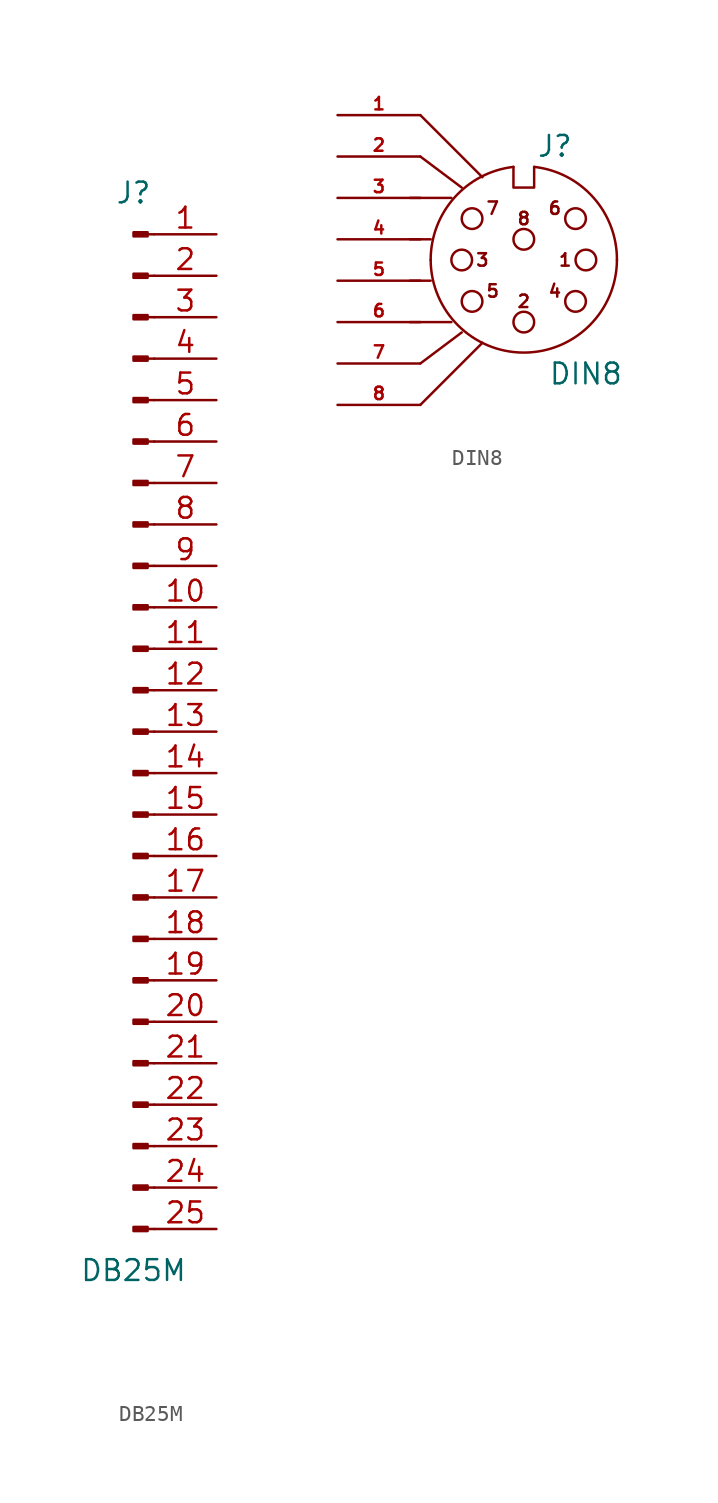
<source format=kicad_sym>
(kicad_symbol_lib
  (version 20211014)
  (generator kicad_symbol_editor)
  (symbol "DB25M"
    (pin_names
      (offset 1.016) hide)
    (property "Reference" "J"
      (at 0 33.02 0)
      (effects (font (size 1.27 1.27))))
    (property "Value" "DB25M"
      (at 0 -33.02 0)
      (effects (font (size 1.27 1.27))))
    (symbol "DB25M_1_1"
      (polyline (pts (xy 1.27 -30.48) (xy 0.864 -30.48)) (stroke (width 0.152) (type default) (color 0 0 0 0)) (fill (type none)))
      (polyline (pts (xy 1.27 -27.94) (xy 0.864 -27.94)) (stroke (width 0.152) (type default) (color 0 0 0 0)) (fill (type none)))
      (polyline (pts (xy 1.27 -25.4) (xy 0.864 -25.4)) (stroke (width 0.152) (type default) (color 0 0 0 0)) (fill (type none)))
      (polyline (pts (xy 1.27 -22.86) (xy 0.864 -22.86)) (stroke (width 0.152) (type default) (color 0 0 0 0)) (fill (type none)))
      (polyline (pts (xy 1.27 -20.32) (xy 0.864 -20.32)) (stroke (width 0.152) (type default) (color 0 0 0 0)) (fill (type none)))
      (polyline (pts (xy 1.27 -17.78) (xy 0.864 -17.78)) (stroke (width 0.152) (type default) (color 0 0 0 0)) (fill (type none)))
      (polyline (pts (xy 1.27 -15.24) (xy 0.864 -15.24)) (stroke (width 0.152) (type default) (color 0 0 0 0)) (fill (type none)))
      (polyline (pts (xy 1.27 -12.7) (xy 0.864 -12.7)) (stroke (width 0.152) (type default) (color 0 0 0 0)) (fill (type none)))
      (polyline (pts (xy 1.27 -10.16) (xy 0.864 -10.16)) (stroke (width 0.152) (type default) (color 0 0 0 0)) (fill (type none)))
      (polyline (pts (xy 1.27 -7.62) (xy 0.864 -7.62)) (stroke (width 0.152) (type default) (color 0 0 0 0)) (fill (type none)))
      (polyline (pts (xy 1.27 -5.08) (xy 0.864 -5.08)) (stroke (width 0.152) (type default) (color 0 0 0 0)) (fill (type none)))
      (polyline (pts (xy 1.27 -2.54) (xy 0.864 -2.54)) (stroke (width 0.152) (type default) (color 0 0 0 0)) (fill (type none)))
      (polyline (pts (xy 1.27 0) (xy 0.864 0)) (stroke (width 0.152) (type default) (color 0 0 0 0)) (fill (type none)))
      (polyline (pts (xy 1.27 2.54) (xy 0.864 2.54)) (stroke (width 0.152) (type default) (color 0 0 0 0)) (fill (type none)))
      (polyline (pts (xy 1.27 5.08) (xy 0.864 5.08)) (stroke (width 0.152) (type default) (color 0 0 0 0)) (fill (type none)))
      (polyline (pts (xy 1.27 7.62) (xy 0.864 7.62)) (stroke (width 0.152) (type default) (color 0 0 0 0)) (fill (type none)))
      (polyline (pts (xy 1.27 10.16) (xy 0.864 10.16)) (stroke (width 0.152) (type default) (color 0 0 0 0)) (fill (type none)))
      (polyline (pts (xy 1.27 12.7) (xy 0.864 12.7)) (stroke (width 0.152) (type default) (color 0 0 0 0)) (fill (type none)))
      (polyline (pts (xy 1.27 15.24) (xy 0.864 15.24)) (stroke (width 0.152) (type default) (color 0 0 0 0)) (fill (type none)))
      (polyline (pts (xy 1.27 17.78) (xy 0.864 17.78)) (stroke (width 0.152) (type default) (color 0 0 0 0)) (fill (type none)))
      (polyline (pts (xy 1.27 20.32) (xy 0.864 20.32)) (stroke (width 0.152) (type default) (color 0 0 0 0)) (fill (type none)))
      (polyline (pts (xy 1.27 22.86) (xy 0.864 22.86)) (stroke (width 0.152) (type default) (color 0 0 0 0)) (fill (type none)))
      (polyline (pts (xy 1.27 25.4) (xy 0.864 25.4)) (stroke (width 0.152) (type default) (color 0 0 0 0)) (fill (type none)))
      (polyline (pts (xy 1.27 27.94) (xy 0.864 27.94)) (stroke (width 0.152) (type default) (color 0 0 0 0)) (fill (type none)))
      (polyline (pts (xy 1.27 30.48) (xy 0.864 30.48)) (stroke (width 0.152) (type default) (color 0 0 0 0)) (fill (type none)))
      (rectangle (start 0.864 -30.353) (end 0 -30.607) (stroke (width 0.152) (type default) (color 0 0 0 0)) (fill (type outline)))
      (rectangle (start 0.864 -27.813) (end 0 -28.067) (stroke (width 0.152) (type default) (color 0 0 0 0)) (fill (type outline)))
      (rectangle (start 0.864 -25.273) (end 0 -25.527) (stroke (width 0.152) (type default) (color 0 0 0 0)) (fill (type outline)))
      (rectangle (start 0.864 -22.733) (end 0 -22.987) (stroke (width 0.152) (type default) (color 0 0 0 0)) (fill (type outline)))
      (rectangle (start 0.864 -20.193) (end 0 -20.447) (stroke (width 0.152) (type default) (color 0 0 0 0)) (fill (type outline)))
      (rectangle (start 0.864 -17.653) (end 0 -17.907) (stroke (width 0.152) (type default) (color 0 0 0 0)) (fill (type outline)))
      (rectangle (start 0.864 -15.113) (end 0 -15.367) (stroke (width 0.152) (type default) (color 0 0 0 0)) (fill (type outline)))
      (rectangle (start 0.864 -12.573) (end 0 -12.827) (stroke (width 0.152) (type default) (color 0 0 0 0)) (fill (type outline)))
      (rectangle (start 0.864 -10.033) (end 0 -10.287) (stroke (width 0.152) (type default) (color 0 0 0 0)) (fill (type outline)))
      (rectangle (start 0.864 -7.493) (end 0 -7.747) (stroke (width 0.152) (type default) (color 0 0 0 0)) (fill (type outline)))
      (rectangle (start 0.864 -4.953) (end 0 -5.207) (stroke (width 0.152) (type default) (color 0 0 0 0)) (fill (type outline)))
      (rectangle (start 0.864 -2.413) (end 0 -2.667) (stroke (width 0.152) (type default) (color 0 0 0 0)) (fill (type outline)))
      (rectangle (start 0.864 0.127) (end 0 -0.127) (stroke (width 0.152) (type default) (color 0 0 0 0)) (fill (type outline)))
      (rectangle (start 0.864 2.667) (end 0 2.413) (stroke (width 0.152) (type default) (color 0 0 0 0)) (fill (type outline)))
      (rectangle (start 0.864 5.207) (end 0 4.953) (stroke (width 0.152) (type default) (color 0 0 0 0)) (fill (type outline)))
      (rectangle (start 0.864 7.747) (end 0 7.493) (stroke (width 0.152) (type default) (color 0 0 0 0)) (fill (type outline)))
      (rectangle (start 0.864 10.287) (end 0 10.033) (stroke (width 0.152) (type default) (color 0 0 0 0)) (fill (type outline)))
      (rectangle (start 0.864 12.827) (end 0 12.573) (stroke (width 0.152) (type default) (color 0 0 0 0)) (fill (type outline)))
      (rectangle (start 0.864 15.367) (end 0 15.113) (stroke (width 0.152) (type default) (color 0 0 0 0)) (fill (type outline)))
      (rectangle (start 0.864 17.907) (end 0 17.653) (stroke (width 0.152) (type default) (color 0 0 0 0)) (fill (type outline)))
      (rectangle (start 0.864 20.447) (end 0 20.193) (stroke (width 0.152) (type default) (color 0 0 0 0)) (fill (type outline)))
      (rectangle (start 0.864 22.987) (end 0 22.733) (stroke (width 0.152) (type default) (color 0 0 0 0)) (fill (type outline)))
      (rectangle (start 0.864 25.527) (end 0 25.273) (stroke (width 0.152) (type default) (color 0 0 0 0)) (fill (type outline)))
      (rectangle (start 0.864 28.067) (end 0 27.813) (stroke (width 0.152) (type default) (color 0 0 0 0)) (fill (type outline)))
      (rectangle (start 0.864 30.607) (end 0 30.353) (stroke (width 0.152) (type default) (color 0 0 0 0)) (fill (type outline)))
      (pin passive line (at 5.08 30.48 180) (length 3.81) (name "Pin_1" (effects (font (size 1.27 1.27)))) (number "1" (effects (font (size 1.27 1.27)))))
      (pin passive line (at 5.08 7.62 180) (length 3.81) (name "Pin_10" (effects (font (size 1.27 1.27)))) (number "10" (effects (font (size 1.27 1.27)))))
      (pin passive line (at 5.08 5.08 180) (length 3.81) (name "Pin_11" (effects (font (size 1.27 1.27)))) (number "11" (effects (font (size 1.27 1.27)))))
      (pin passive line (at 5.08 2.54 180) (length 3.81) (name "Pin_12" (effects (font (size 1.27 1.27)))) (number "12" (effects (font (size 1.27 1.27)))))
      (pin passive line (at 5.08 0 180) (length 3.81) (name "Pin_13" (effects (font (size 1.27 1.27)))) (number "13" (effects (font (size 1.27 1.27)))))
      (pin passive line (at 5.08 -2.54 180) (length 3.81) (name "Pin_14" (effects (font (size 1.27 1.27)))) (number "14" (effects (font (size 1.27 1.27)))))
      (pin passive line (at 5.08 -5.08 180) (length 3.81) (name "Pin_15" (effects (font (size 1.27 1.27)))) (number "15" (effects (font (size 1.27 1.27)))))
      (pin passive line (at 5.08 -7.62 180) (length 3.81) (name "Pin_16" (effects (font (size 1.27 1.27)))) (number "16" (effects (font (size 1.27 1.27)))))
      (pin passive line (at 5.08 -10.16 180) (length 3.81) (name "Pin_17" (effects (font (size 1.27 1.27)))) (number "17" (effects (font (size 1.27 1.27)))))
      (pin passive line (at 5.08 -12.7 180) (length 3.81) (name "Pin_18" (effects (font (size 1.27 1.27)))) (number "18" (effects (font (size 1.27 1.27)))))
      (pin passive line (at 5.08 -15.24 180) (length 3.81) (name "Pin_19" (effects (font (size 1.27 1.27)))) (number "19" (effects (font (size 1.27 1.27)))))
      (pin passive line (at 5.08 27.94 180) (length 3.81) (name "Pin_2" (effects (font (size 1.27 1.27)))) (number "2" (effects (font (size 1.27 1.27)))))
      (pin passive line (at 5.08 -17.78 180) (length 3.81) (name "Pin_20" (effects (font (size 1.27 1.27)))) (number "20" (effects (font (size 1.27 1.27)))))
      (pin passive line (at 5.08 -20.32 180) (length 3.81) (name "Pin_21" (effects (font (size 1.27 1.27)))) (number "21" (effects (font (size 1.27 1.27)))))
      (pin passive line (at 5.08 -22.86 180) (length 3.81) (name "Pin_22" (effects (font (size 1.27 1.27)))) (number "22" (effects (font (size 1.27 1.27)))))
      (pin passive line (at 5.08 -25.4 180) (length 3.81) (name "Pin_23" (effects (font (size 1.27 1.27)))) (number "23" (effects (font (size 1.27 1.27)))))
      (pin passive line (at 5.08 -27.94 180) (length 3.81) (name "Pin_24" (effects (font (size 1.27 1.27)))) (number "24" (effects (font (size 1.27 1.27)))))
      (pin passive line (at 5.08 -30.48 180) (length 3.81) (name "Pin_25" (effects (font (size 1.27 1.27)))) (number "25" (effects (font (size 1.27 1.27)))))
      (pin passive line (at 5.08 25.4 180) (length 3.81) (name "Pin_3" (effects (font (size 1.27 1.27)))) (number "3" (effects (font (size 1.27 1.27)))))
      (pin passive line (at 5.08 22.86 180) (length 3.81) (name "Pin_4" (effects (font (size 1.27 1.27)))) (number "4" (effects (font (size 1.27 1.27)))))
      (pin passive line (at 5.08 20.32 180) (length 3.81) (name "Pin_5" (effects (font (size 1.27 1.27)))) (number "5" (effects (font (size 1.27 1.27)))))
      (pin passive line (at 5.08 17.78 180) (length 3.81) (name "Pin_6" (effects (font (size 1.27 1.27)))) (number "6" (effects (font (size 1.27 1.27)))))
      (pin passive line (at 5.08 15.24 180) (length 3.81) (name "Pin_7" (effects (font (size 1.27 1.27)))) (number "7" (effects (font (size 1.27 1.27)))))
      (pin passive line (at 5.08 12.7 180) (length 3.81) (name "Pin_8" (effects (font (size 1.27 1.27)))) (number "8" (effects (font (size 1.27 1.27)))))
      (pin passive line (at 5.08 10.16 180) (length 3.81) (name "Pin_9" (effects (font (size 1.27 1.27)))) (number "9" (effects (font (size 1.27 1.27)))))))
  (symbol "DIN8"
    (pin_names
      (offset 1.27) hide)
    (property "Reference" "J"
      (at 1.905 6.985 0)
      (effects (font (size 1.27 1.27))))
    (property "Value" "DIN8"
      (at 3.81 -6.985 0)
      (effects (font (size 1.27 1.27))))
    (symbol "DIN8_0_0"
      (polyline (pts (xy -0.635 5.715) (xy -0.635 4.445) (xy 0.635 4.445) (xy 0.635 5.715)) (stroke (width 0) (type default) (color 0 0 0 0)) (fill (type none)))
      (text "1" (at 2.54 0 0) (effects (font (size 0.762 0.762))))
      (text "2" (at 0 -2.54 0) (effects (font (size 0.762 0.762))))
      (text "3" (at -2.54 0 0) (effects (font (size 0.762 0.762))))
      (text "4" (at 1.905 -1.905 0) (effects (font (size 0.762 0.762))))
      (text "5" (at -1.905 -1.905 0) (effects (font (size 0.762 0.762))))
      (text "6" (at 1.905 3.175 0) (effects (font (size 0.762 0.762))))
      (text "7" (at -1.905 3.175 0) (effects (font (size 0.762 0.762))))
      (text "8" (at 0 2.54 0) (effects (font (size 0.762 0.762)))))
    (symbol "DIN8_0_1"
      (arc (start -5.715 0) (mid 0 -5.715) (end 5.715 0) (stroke (width 0) (type default) (color 0 0 0 0)) (fill (type none)))
      (circle (center -3.81 0) (radius 0.635) (stroke (width 0) (type default) (color 0 0 0 0)) (fill (type none)))
      (circle (center -3.175 -2.54) (radius 0.635) (stroke (width 0) (type default) (color 0 0 0 0)) (fill (type none)))
      (circle (center -3.175 2.54) (radius 0.635) (stroke (width 0) (type default) (color 0 0 0 0)) (fill (type none)))
      (arc (start -0.635 5.715) (mid -4.2603 3.8255) (end -5.715 0) (stroke (width 0) (type default) (color 0 0 0 0)) (fill (type none)))
      (circle (center 0 -3.81) (radius 0.635) (stroke (width 0) (type default) (color 0 0 0 0)) (fill (type none)))
      (polyline (pts (xy -6.985 -3.81) (xy -4.445 -3.81)) (stroke (width 0) (type default) (color 0 0 0 0)) (fill (type none)))
      (polyline (pts (xy -6.985 -1.27) (xy -5.715 -1.27)) (stroke (width 0) (type default) (color 0 0 0 0)) (fill (type none)))
      (polyline (pts (xy -6.985 1.27) (xy -5.715 1.27)) (stroke (width 0) (type default) (color 0 0 0 0)) (fill (type none)))
      (polyline (pts (xy -6.985 3.81) (xy -4.445 3.81)) (stroke (width 0) (type default) (color 0 0 0 0)) (fill (type none)))
      (polyline (pts (xy -6.35 -8.89) (xy -2.54 -5.08)) (stroke (width 0) (type default) (color 0 0 0 0)) (fill (type none)))
      (polyline (pts (xy -6.35 -6.35) (xy -3.81 -4.445)) (stroke (width 0) (type default) (color 0 0 0 0)) (fill (type none)))
      (polyline (pts (xy -6.35 6.35) (xy -3.81 4.445)) (stroke (width 0) (type default) (color 0 0 0 0)) (fill (type none)))
      (polyline (pts (xy -6.35 8.89) (xy -2.54 5.08)) (stroke (width 0) (type default) (color 0 0 0 0)) (fill (type none)))
      (circle (center 0 1.27) (radius 0.635) (stroke (width 0) (type default) (color 0 0 0 0)) (fill (type none)))
      (circle (center 3.175 -2.54) (radius 0.635) (stroke (width 0) (type default) (color 0 0 0 0)) (fill (type none)))
      (circle (center 3.175 2.54) (radius 0.635) (stroke (width 0) (type default) (color 0 0 0 0)) (fill (type none)))
      (circle (center 3.81 0) (radius 0.635) (stroke (width 0) (type default) (color 0 0 0 0)) (fill (type none)))
      (arc (start 5.715 0) (mid 4.2698 3.8339) (end 0.635 5.715) (stroke (width 0) (type default) (color 0 0 0 0)) (fill (type none))))
    (symbol "DIN8_1_1"
      (pin input line (at -11.43 8.89 0) (length 5.08) (name "1" (effects (font (size 1.27 1.27)))) (number "1" (effects (font (size 0.762 0.762)))))
      (pin input line (at -11.43 6.35 0) (length 5.08) (name "2" (effects (font (size 1.27 1.27)))) (number "2" (effects (font (size 0.762 0.762)))))
      (pin input line (at -11.43 3.81 0) (length 5.08) (name "3" (effects (font (size 1.27 1.27)))) (number "3" (effects (font (size 0.762 0.762)))))
      (pin input line (at -11.43 1.27 0) (length 5.08) (name "4" (effects (font (size 1.27 1.27)))) (number "4" (effects (font (size 0.762 0.762)))))
      (pin input line (at -11.43 -1.27 0) (length 5.08) (name "5" (effects (font (size 1.27 1.27)))) (number "5" (effects (font (size 0.762 0.762)))))
      (pin input line (at -11.43 -3.81 0) (length 5.08) (name "6" (effects (font (size 1.27 1.27)))) (number "6" (effects (font (size 0.762 0.762)))))
      (pin input line (at -11.43 -6.35 0) (length 5.08) (name "7" (effects (font (size 1.27 1.27)))) (number "7" (effects (font (size 0.762 0.762)))))
      (pin input line (at -11.43 -8.89 0) (length 5.08) (name "8" (effects (font (size 1.27 1.27)))) (number "8" (effects (font (size 0.762 0.762))))))))
</source>
